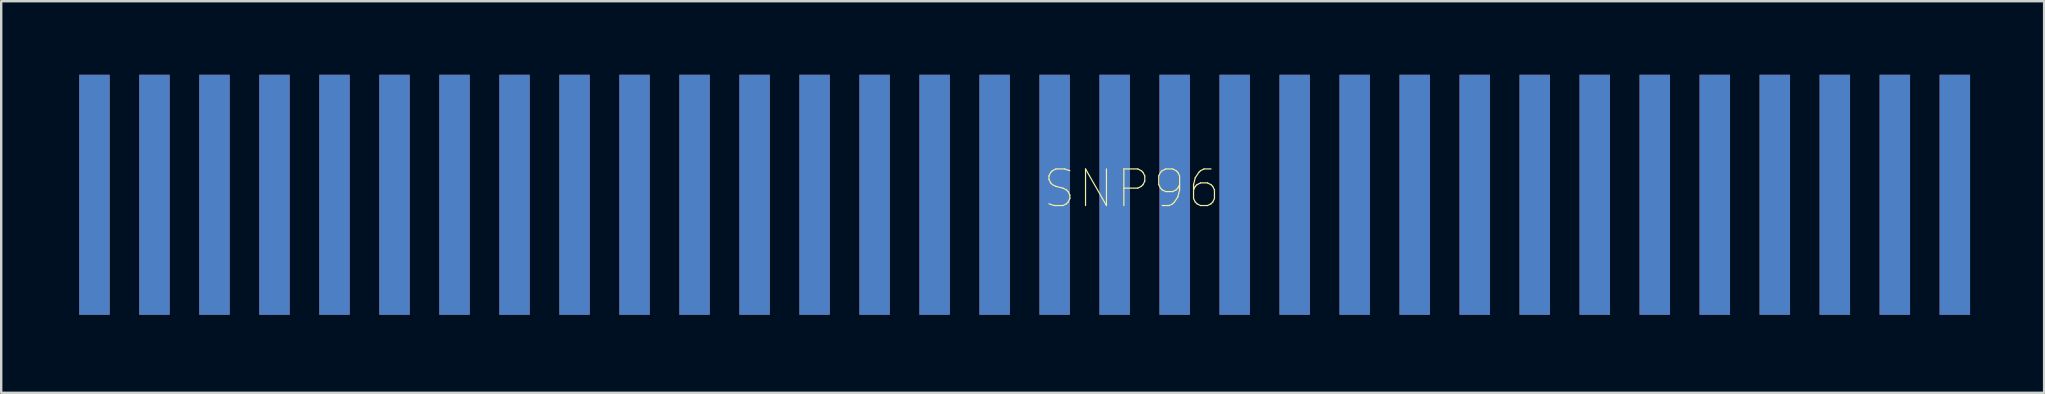
<source format=kicad_pcb>
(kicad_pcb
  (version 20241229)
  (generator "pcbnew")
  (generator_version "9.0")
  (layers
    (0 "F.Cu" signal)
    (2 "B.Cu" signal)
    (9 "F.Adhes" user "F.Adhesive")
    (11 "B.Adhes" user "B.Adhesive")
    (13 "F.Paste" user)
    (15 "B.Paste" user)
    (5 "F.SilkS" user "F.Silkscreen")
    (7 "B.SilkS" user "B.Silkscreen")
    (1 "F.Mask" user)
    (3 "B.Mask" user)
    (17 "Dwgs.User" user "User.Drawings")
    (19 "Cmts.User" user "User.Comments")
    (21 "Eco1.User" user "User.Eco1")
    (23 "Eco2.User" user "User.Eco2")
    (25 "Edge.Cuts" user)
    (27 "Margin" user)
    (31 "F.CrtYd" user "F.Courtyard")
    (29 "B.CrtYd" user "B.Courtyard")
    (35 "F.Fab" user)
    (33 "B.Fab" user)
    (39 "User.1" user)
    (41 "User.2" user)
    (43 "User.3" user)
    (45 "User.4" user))
  (footprint "SNP96"
    (layer "F.Cu")
    (at 0.25 10.064)
    (property "Reference" "SNP96" (at 43.845 -5.254 0) (layer "F.SilkS") (effects (font (size 1.524 1.524) (thickness 0.05))))
    (attr smd)
    (fp_rect (start -0.005 -10.004) (end 1.295 -0.004) (stroke (width 0.12) (type solid)) (fill yes) (layer "F.Mask"))
    (fp_rect (start 2.495 -10.004) (end 3.795 -0.004) (stroke (width 0.12) (type solid)) (fill yes) (layer "F.Mask"))
    (fp_rect (start 4.995 -10.004) (end 6.295 -0.004) (stroke (width 0.12) (type solid)) (fill yes) (layer "F.Mask"))
    (fp_rect (start 7.495 -10.004) (end 8.795 -0.004) (stroke (width 0.12) (type solid)) (fill yes) (layer "F.Mask"))
    (fp_rect (start 9.995 -10.004) (end 11.295 -0.004) (stroke (width 0.12) (type solid)) (fill yes) (layer "F.Mask"))
    (fp_rect (start 12.495 -10.004) (end 13.795 -0.004) (stroke (width 0.12) (type solid)) (fill yes) (layer "F.Mask"))
    (fp_rect (start 14.995 -10.004) (end 16.295 -0.004) (stroke (width 0.12) (type solid)) (fill yes) (layer "F.Mask"))
    (fp_rect (start 17.495 -10.004) (end 18.795 -0.004) (stroke (width 0.12) (type solid)) (fill yes) (layer "F.Mask"))
    (fp_rect (start 19.995 -10.004) (end 21.295 -0.004) (stroke (width 0.12) (type solid)) (fill yes) (layer "F.Mask"))
    (fp_rect (start 22.495 -10.004) (end 23.795 -0.004) (stroke (width 0.12) (type solid)) (fill yes) (layer "F.Mask"))
    (fp_rect (start 24.995 -10.004) (end 26.295 -0.004) (stroke (width 0.12) (type solid)) (fill yes) (layer "F.Mask"))
    (fp_rect (start 27.495 -10.004) (end 28.795 -0.004) (stroke (width 0.12) (type solid)) (fill yes) (layer "F.Mask"))
    (fp_rect (start 29.995 -10.004) (end 31.295 -0.004) (stroke (width 0.12) (type solid)) (fill yes) (layer "F.Mask"))
    (fp_rect (start 32.495 -10.004) (end 33.795 -0.004) (stroke (width 0.12) (type solid)) (fill yes) (layer "F.Mask"))
    (fp_rect (start 34.995 -10.004) (end 36.295 -0.004) (stroke (width 0.12) (type solid)) (fill yes) (layer "F.Mask"))
    (fp_rect (start 37.495 -10.004) (end 38.795 -0.004) (stroke (width 0.12) (type solid)) (fill yes) (layer "F.Mask"))
    (fp_rect (start 39.995 -10.004) (end 41.295 -0.004) (stroke (width 0.12) (type solid)) (fill yes) (layer "F.Mask"))
    (fp_rect (start 42.495 -10.004) (end 43.795 -0.004) (stroke (width 0.12) (type solid)) (fill yes) (layer "F.Mask"))
    (fp_rect (start 44.995 -10.004) (end 46.295 -0.004) (stroke (width 0.12) (type solid)) (fill yes) (layer "F.Mask"))
    (fp_rect (start 47.495 -10.004) (end 48.795 -0.004) (stroke (width 0.12) (type solid)) (fill yes) (layer "F.Mask"))
    (fp_rect (start 49.995 -10.004) (end 51.295 -0.004) (stroke (width 0.12) (type solid)) (fill yes) (layer "F.Mask"))
    (fp_rect (start 52.495 -10.004) (end 53.795 -0.004) (stroke (width 0.12) (type solid)) (fill yes) (layer "F.Mask"))
    (fp_rect (start 54.995 -10.004) (end 56.295 -0.004) (stroke (width 0.12) (type solid)) (fill yes) (layer "F.Mask"))
    (fp_rect (start 57.495 -10.004) (end 58.795 -0.004) (stroke (width 0.12) (type solid)) (fill yes) (layer "F.Mask"))
    (fp_rect (start 59.995 -10.004) (end 61.295 -0.004) (stroke (width 0.12) (type solid)) (fill yes) (layer "F.Mask"))
    (fp_rect (start 62.495 -10.004) (end 63.795 -0.004) (stroke (width 0.12) (type solid)) (fill yes) (layer "F.Mask"))
    (fp_rect (start 64.995 -10.004) (end 66.295 -0.004) (stroke (width 0.12) (type solid)) (fill yes) (layer "F.Mask"))
    (fp_rect (start 67.495 -10.004) (end 68.795 -0.004) (stroke (width 0.12) (type solid)) (fill yes) (layer "F.Mask"))
    (fp_rect (start 69.995 -10.004) (end 71.295 -0.004) (stroke (width 0.12) (type solid)) (fill yes) (layer "F.Mask"))
    (fp_rect (start 72.495 -10.004) (end 73.795 -0.004) (stroke (width 0.12) (type solid)) (fill yes) (layer "F.Mask"))
    (fp_rect (start 74.995 -10.004) (end 76.295 -0.004) (stroke (width 0.12) (type solid)) (fill yes) (layer "F.Mask"))
    (fp_rect (start 77.495 -10.004) (end 78.795 -0.004) (stroke (width 0.12) (type solid)) (fill yes) (layer "F.Mask"))
    (fp_rect (start -0.005 -10.004) (end 1.295 -0.004) (stroke (width 0.12) (type solid)) (fill yes) (layer "B.Mask"))
    (fp_rect (start 2.495 -10.004) (end 3.795 -0.004) (stroke (width 0.12) (type solid)) (fill yes) (layer "B.Mask"))
    (fp_rect (start 4.995 -10.004) (end 6.295 -0.004) (stroke (width 0.12) (type solid)) (fill yes) (layer "B.Mask"))
    (fp_rect (start 7.495 -10.004) (end 8.795 -0.004) (stroke (width 0.12) (type solid)) (fill yes) (layer "B.Mask"))
    (fp_rect (start 9.995 -10.004) (end 11.295 -0.004) (stroke (width 0.12) (type solid)) (fill yes) (layer "B.Mask"))
    (fp_rect (start 12.495 -10.004) (end 13.795 -0.004) (stroke (width 0.12) (type solid)) (fill yes) (layer "B.Mask"))
    (fp_rect (start 14.995 -10.004) (end 16.295 -0.004) (stroke (width 0.12) (type solid)) (fill yes) (layer "B.Mask"))
    (fp_rect (start 17.495 -10.004) (end 18.795 -0.004) (stroke (width 0.12) (type solid)) (fill yes) (layer "B.Mask"))
    (fp_rect (start 19.995 -10.004) (end 21.295 -0.004) (stroke (width 0.12) (type solid)) (fill yes) (layer "B.Mask"))
    (fp_rect (start 22.495 -10.004) (end 23.795 -0.004) (stroke (width 0.12) (type solid)) (fill yes) (layer "B.Mask"))
    (fp_rect (start 24.995 -10.004) (end 26.295 -0.004) (stroke (width 0.12) (type solid)) (fill yes) (layer "B.Mask"))
    (fp_rect (start 27.495 -10.004) (end 28.795 -0.004) (stroke (width 0.12) (type solid)) (fill yes) (layer "B.Mask"))
    (fp_rect (start 29.995 -10.004) (end 31.295 -0.004) (stroke (width 0.12) (type solid)) (fill yes) (layer "B.Mask"))
    (fp_rect (start 32.495 -10.004) (end 33.795 -0.004) (stroke (width 0.12) (type solid)) (fill yes) (layer "B.Mask"))
    (fp_rect (start 34.995 -10.004) (end 36.295 -0.004) (stroke (width 0.12) (type solid)) (fill yes) (layer "B.Mask"))
    (fp_rect (start 37.495 -10.004) (end 38.795 -0.004) (stroke (width 0.12) (type solid)) (fill yes) (layer "B.Mask"))
    (fp_rect (start 39.995 -10.004) (end 41.295 -0.004) (stroke (width 0.12) (type solid)) (fill yes) (layer "B.Mask"))
    (fp_rect (start 42.495 -10.004) (end 43.795 -0.004) (stroke (width 0.12) (type solid)) (fill yes) (layer "B.Mask"))
    (fp_rect (start 44.995 -10.004) (end 46.295 -0.004) (stroke (width 0.12) (type solid)) (fill yes) (layer "B.Mask"))
    (fp_rect (start 47.495 -10.004) (end 48.795 -0.004) (stroke (width 0.12) (type solid)) (fill yes) (layer "B.Mask"))
    (fp_rect (start 49.995 -10.004) (end 51.295 -0.004) (stroke (width 0.12) (type solid)) (fill yes) (layer "B.Mask"))
    (fp_rect (start 52.495 -10.004) (end 53.795 -0.004) (stroke (width 0.12) (type solid)) (fill yes) (layer "B.Mask"))
    (fp_rect (start 54.995 -10.004) (end 56.295 -0.004) (stroke (width 0.12) (type solid)) (fill yes) (layer "B.Mask"))
    (fp_rect (start 57.495 -10.004) (end 58.795 -0.004) (stroke (width 0.12) (type solid)) (fill yes) (layer "B.Mask"))
    (fp_rect (start 59.995 -10.004) (end 61.295 -0.004) (stroke (width 0.12) (type solid)) (fill yes) (layer "B.Mask"))
    (fp_rect (start 62.495 -10.004) (end 63.795 -0.004) (stroke (width 0.12) (type solid)) (fill yes) (layer "B.Mask"))
    (fp_rect (start 64.995 -10.004) (end 66.295 -0.004) (stroke (width 0.12) (type solid)) (fill yes) (layer "B.Mask"))
    (fp_rect (start 67.495 -10.004) (end 68.795 -0.004) (stroke (width 0.12) (type solid)) (fill yes) (layer "B.Mask"))
    (fp_rect (start 69.995 -10.004) (end 71.295 -0.004) (stroke (width 0.12) (type solid)) (fill yes) (layer "B.Mask"))
    (fp_rect (start 72.495 -10.004) (end 73.795 -0.004) (stroke (width 0.12) (type solid)) (fill yes) (layer "B.Mask"))
    (fp_rect (start 74.995 -10.004) (end 76.295 -0.004) (stroke (width 0.12) (type solid)) (fill yes) (layer "B.Mask"))
    (fp_rect (start 77.495 -10.004) (end 78.795 -0.004) (stroke (width 0.12) (type solid)) (fill yes) (layer "B.Mask"))
    (pad "1" smd rect (at 78.135 -5 180) (size 1.27 10) (layers "F.Cu"))
    (pad "2" smd rect (at 75.635 -5 180) (size 1.27 10) (layers "F.Cu"))
    (pad "3" smd rect (at 73.135 -5 180) (size 1.27 10) (layers "F.Cu"))
    (pad "4" smd rect (at 70.635 -5 180) (size 1.27 10) (layers "F.Cu"))
    (pad "5" smd rect (at 68.135 -5 180) (size 1.27 10) (layers "F.Cu"))
    (pad "6" smd rect (at 65.635 -5 180) (size 1.27 10) (layers "F.Cu"))
    (pad "7" smd rect (at 63.135 -5 180) (size 1.27 10) (layers "F.Cu"))
    (pad "8" smd rect (at 60.635 -5 180) (size 1.27 10) (layers "F.Cu"))
    (pad "9" smd rect (at 58.135 -5 180) (size 1.27 10) (layers "F.Cu"))
    (pad "10" smd rect (at 55.635 -5 180) (size 1.27 10) (layers "F.Cu"))
    (pad "11" smd rect (at 53.135 -5 180) (size 1.27 10) (layers "F.Cu"))
    (pad "12" smd rect (at 50.635 -5 180) (size 1.27 10) (layers "F.Cu"))
    (pad "13" smd rect (at 48.135 -5 180) (size 1.27 10) (layers "F.Cu"))
    (pad "14" smd rect (at 45.635 -5 180) (size 1.27 10) (layers "F.Cu"))
    (pad "15" smd rect (at 43.135 -5 180) (size 1.27 10) (layers "F.Cu"))
    (pad "16" smd rect (at 40.635 -5 180) (size 1.27 10) (layers "F.Cu"))
    (pad "17" smd rect (at 38.135 -5 180) (size 1.27 10) (layers "F.Cu"))
    (pad "18" smd rect (at 35.635 -5 180) (size 1.27 10) (layers "F.Cu"))
    (pad "19" smd rect (at 33.135 -5 180) (size 1.27 10) (layers "F.Cu"))
    (pad "20" smd rect (at 30.635 -5 180) (size 1.27 10) (layers "F.Cu"))
    (pad "21" smd rect (at 28.135 -5 180) (size 1.27 10) (layers "F.Cu"))
    (pad "22" smd rect (at 25.635 -5 180) (size 1.27 10) (layers "F.Cu"))
    (pad "23" smd rect (at 23.135 -5 180) (size 1.27 10) (layers "F.Cu"))
    (pad "24" smd rect (at 20.635 -5 180) (size 1.27 10) (layers "F.Cu"))
    (pad "25" smd rect (at 18.135 -5 180) (size 1.27 10) (layers "F.Cu"))
    (pad "26" smd rect (at 15.635 -5 180) (size 1.27 10) (layers "F.Cu"))
    (pad "27" smd rect (at 13.135 -5 180) (size 1.27 10) (layers "F.Cu"))
    (pad "28" smd rect (at 10.635 -5 180) (size 1.27 10) (layers "F.Cu"))
    (pad "29" smd rect (at 8.135 -5 180) (size 1.27 10) (layers "F.Cu"))
    (pad "30" smd rect (at 5.635 -5 180) (size 1.27 10) (layers "F.Cu"))
    (pad "31" smd rect (at 3.135 -5 180) (size 1.27 10) (layers "F.Cu"))
    (pad "32" smd rect (at 0.635 -5 180) (size 1.27 10) (layers "F.Cu"))
    (pad "33" smd rect (at 78.135 -5 180) (size 1.27 10) (layers "B.Cu"))
    (pad "34" smd rect (at 75.635 -5 180) (size 1.27 10) (layers "B.Cu"))
    (pad "35" smd rect (at 73.135 -5 180) (size 1.27 10) (layers "B.Cu"))
    (pad "36" smd rect (at 70.635 -5 180) (size 1.27 10) (layers "B.Cu"))
    (pad "37" smd rect (at 68.135 -5 180) (size 1.27 10) (layers "B.Cu"))
    (pad "38" smd rect (at 65.635 -5 180) (size 1.27 10) (layers "B.Cu"))
    (pad "39" smd rect (at 63.135 -5 180) (size 1.27 10) (layers "B.Cu"))
    (pad "40" smd rect (at 60.635 -5 180) (size 1.27 10) (layers "B.Cu"))
    (pad "41" smd rect (at 58.135 -5 180) (size 1.27 10) (layers "B.Cu"))
    (pad "42" smd rect (at 55.635 -5 180) (size 1.27 10) (layers "B.Cu"))
    (pad "43" smd rect (at 53.135 -5 180) (size 1.27 10) (layers "B.Cu"))
    (pad "44" smd rect (at 50.635 -5 180) (size 1.27 10) (layers "B.Cu"))
    (pad "45" smd rect (at 48.135 -5 180) (size 1.27 10) (layers "B.Cu"))
    (pad "46" smd rect (at 45.635 -5 180) (size 1.27 10) (layers "B.Cu"))
    (pad "47" smd rect (at 43.135 -5 180) (size 1.27 10) (layers "B.Cu"))
    (pad "48" smd rect (at 40.635 -5 180) (size 1.27 10) (layers "B.Cu"))
    (pad "49" smd rect (at 38.135 -5 180) (size 1.27 10) (layers "B.Cu"))
    (pad "50" smd rect (at 35.635 -5 180) (size 1.27 10) (layers "B.Cu"))
    (pad "51" smd rect (at 33.135 -5 180) (size 1.27 10) (layers "B.Cu"))
    (pad "52" smd rect (at 30.635 -5 180) (size 1.27 10) (layers "B.Cu"))
    (pad "53" smd rect (at 28.135 -5 180) (size 1.27 10) (layers "B.Cu"))
    (pad "54" smd rect (at 25.635 -5 180) (size 1.27 10) (layers "B.Cu"))
    (pad "55" smd rect (at 23.135 -5 180) (size 1.27 10) (layers "B.Cu"))
    (pad "56" smd rect (at 20.635 -5 180) (size 1.27 10) (layers "B.Cu"))
    (pad "57" smd rect (at 18.135 -5 180) (size 1.27 10) (layers "B.Cu"))
    (pad "58" smd rect (at 15.635 -5 180) (size 1.27 10) (layers "B.Cu"))
    (pad "59" smd rect (at 13.135 -5 180) (size 1.27 10) (layers "B.Cu"))
    (pad "60" smd rect (at 10.635 -5 180) (size 1.27 10) (layers "B.Cu"))
    (pad "61" smd rect (at 8.135 -5 180) (size 1.27 10) (layers "B.Cu"))
    (pad "62" smd rect (at 5.635 -5 180) (size 1.27 10) (layers "B.Cu"))
    (pad "63" smd rect (at 3.135 -5 180) (size 1.27 10) (layers "B.Cu"))
    (pad "64" smd rect (at 0.635 -5 180) (size 1.27 10) (layers "B.Cu")))
  (gr_rect
    (start -3 -3)
    (end 82.105 13.314)
    (stroke (width 0.1) (type default))
    (fill no)
    (layer "Edge.Cuts")))
</source>
